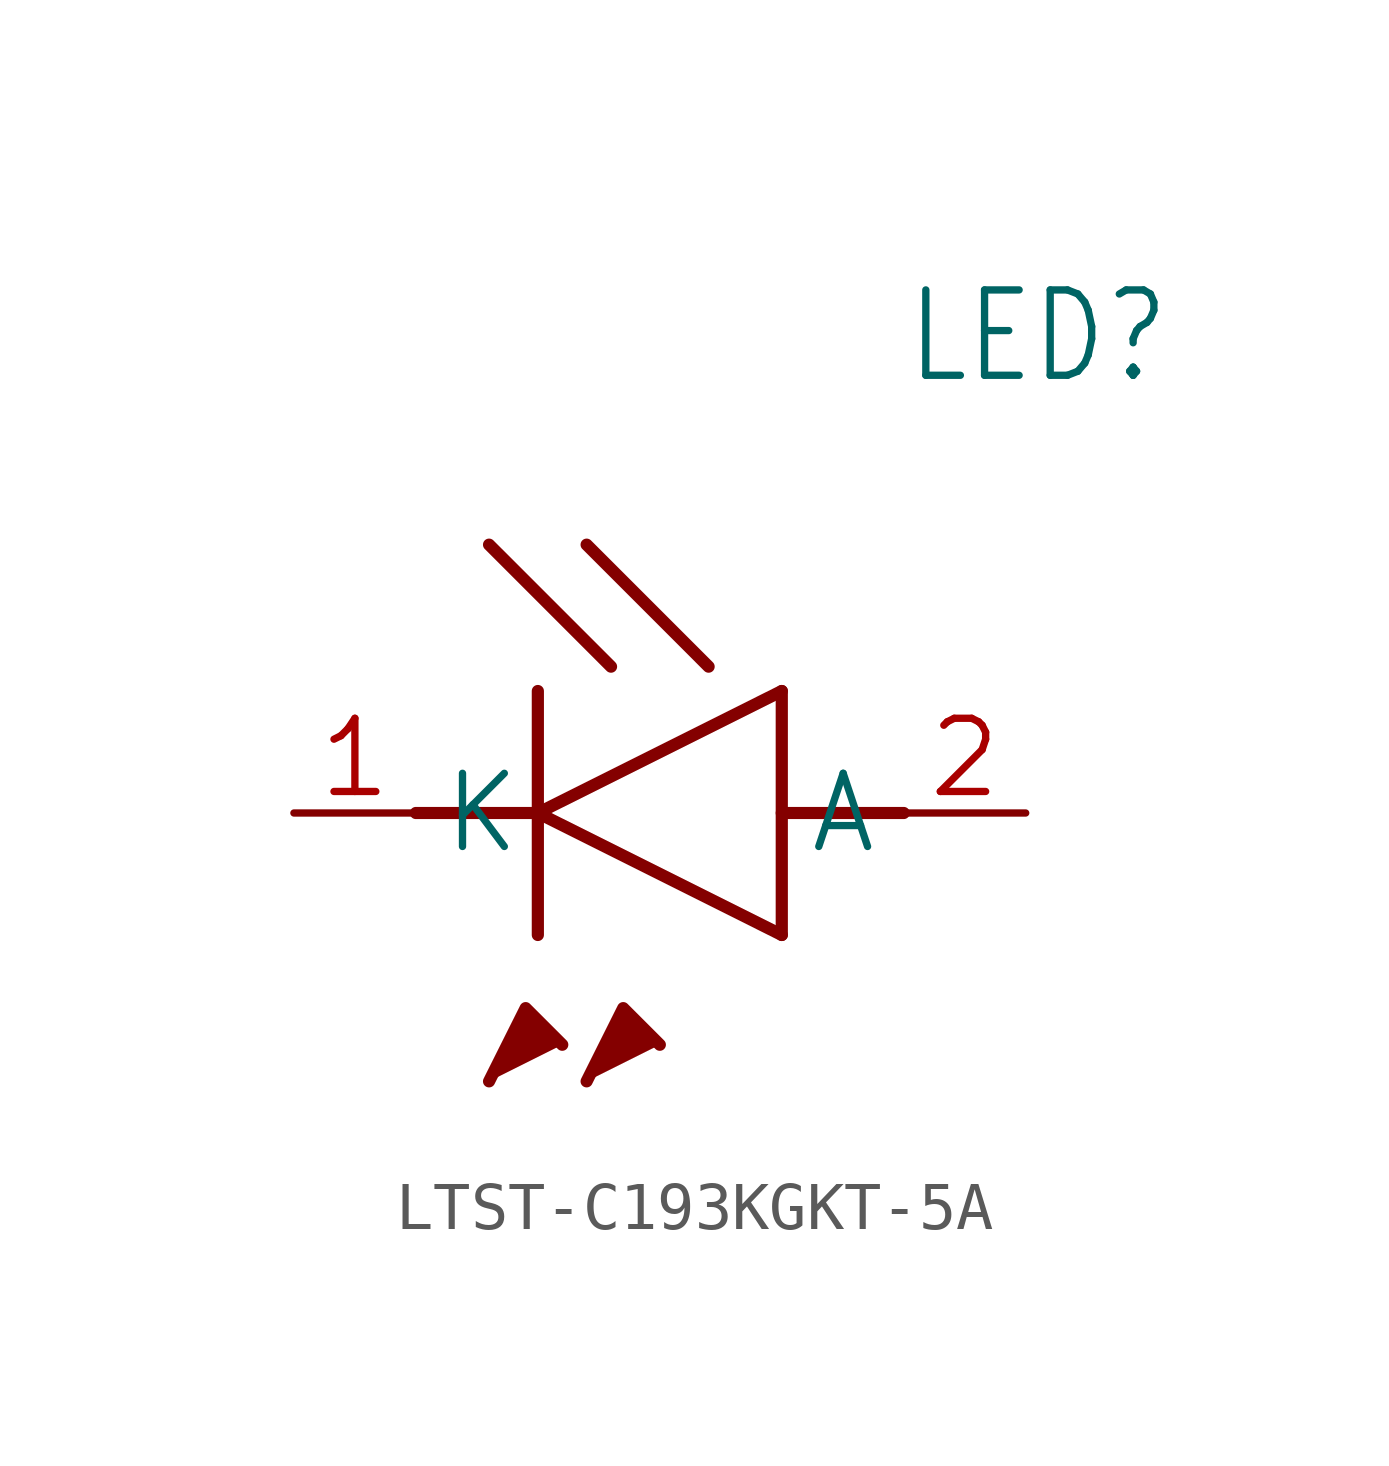
<source format=kicad_sym>
(kicad_symbol_lib
  (version 20241209)
  (generator "kicad_symbol_editor")
  (generator_version "9.0")
  (symbol "LTST-C193KGKT-5A"
    (property "Reference" "LED"
      (at 12.7 8.89 0)
      (effects (font (size 1.778 1.511)) (justify left bottom)))
    (property "ki_locked" ""
      (at 0 0 0)
      (effects (font (size 1.27 1.27))))
    (symbol "LTST-C193KGKT-5A_1_0"
      (polyline (pts (xy 2.54 0) (xy 5.08 0)) (stroke (width 0.254) (type solid)) (fill (type none)))
      (polyline (pts (xy 5.08 2.54) (xy 5.08 -2.54)) (stroke (width 0.254) (type solid)) (fill (type none)))
      (polyline (pts (xy 5.08 0) (xy 10.16 2.54)) (stroke (width 0.254) (type solid)) (fill (type none)))
      (polyline (pts (xy 5.588 -4.826) (xy 4.826 -4.064) (xy 4.064 -5.588)) (stroke (width 0.254) (type solid)) (fill (type outline)))
      (polyline (pts (xy 6.604 3.048) (xy 4.064 5.588)) (stroke (width 0.254) (type solid)) (fill (type none)))
      (polyline (pts (xy 7.62 -4.826) (xy 6.858 -4.064) (xy 6.096 -5.588)) (stroke (width 0.254) (type solid)) (fill (type outline)))
      (polyline (pts (xy 8.636 3.048) (xy 6.096 5.588)) (stroke (width 0.254) (type solid)) (fill (type none)))
      (polyline (pts (xy 10.16 0) (xy 12.7 0)) (stroke (width 0.254) (type solid)) (fill (type none)))
      (polyline (pts (xy 10.16 -2.54) (xy 5.08 0)) (stroke (width 0.254) (type solid)) (fill (type none)))
      (polyline (pts (xy 10.16 -2.54) (xy 10.16 2.54)) (stroke (width 0.254) (type solid)) (fill (type none)))
      (pin bidirectional line (at 0 0 0) (length 2.54) (name "K" (effects (font (size 1.524 1.524)))) (number "1" (effects (font (size 1.524 1.524)))))
      (pin bidirectional line (at 15.24 0 180) (length 2.54) (name "A" (effects (font (size 1.524 1.524)))) (number "2" (effects (font (size 1.524 1.524))))))))
</source>
